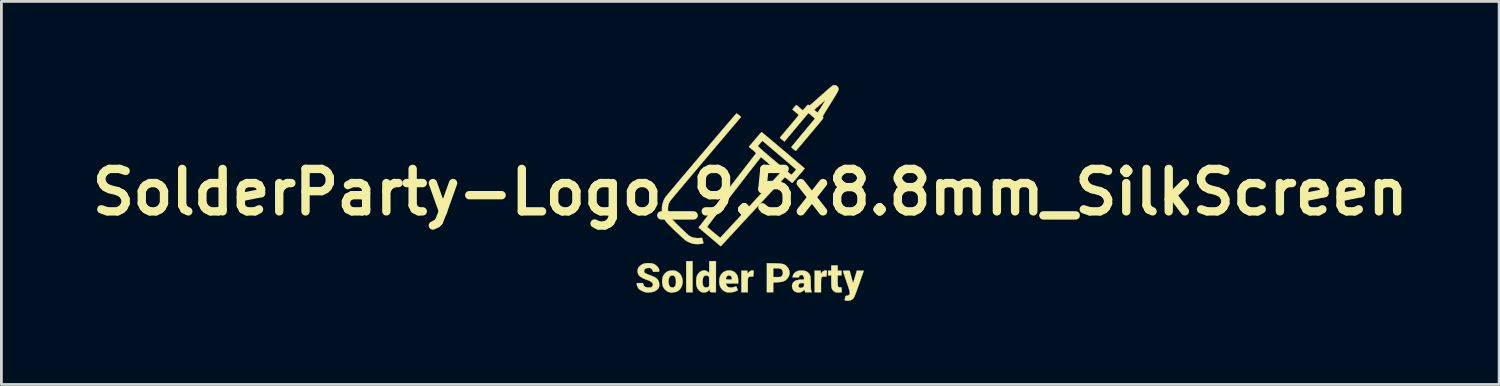
<source format=kicad_pcb>
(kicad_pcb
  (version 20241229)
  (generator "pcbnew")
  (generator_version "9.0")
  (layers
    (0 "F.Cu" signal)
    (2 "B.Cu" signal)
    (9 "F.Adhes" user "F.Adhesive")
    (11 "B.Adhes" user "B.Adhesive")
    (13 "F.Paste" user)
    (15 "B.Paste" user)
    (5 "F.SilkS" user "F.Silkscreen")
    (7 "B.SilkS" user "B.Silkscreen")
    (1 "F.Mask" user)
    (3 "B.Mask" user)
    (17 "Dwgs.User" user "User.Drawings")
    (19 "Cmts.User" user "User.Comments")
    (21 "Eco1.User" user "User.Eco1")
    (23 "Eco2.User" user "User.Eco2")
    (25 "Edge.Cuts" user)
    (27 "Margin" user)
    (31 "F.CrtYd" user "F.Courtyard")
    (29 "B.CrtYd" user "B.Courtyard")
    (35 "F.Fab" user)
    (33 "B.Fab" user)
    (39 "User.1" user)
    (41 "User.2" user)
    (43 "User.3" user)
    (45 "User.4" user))
  (footprint "SolderParty-Logo_9.5x8.8mm_SilkScreen"
    (layer "F.Cu")
    (at 23.883 3.848)
    (property "Reference" "SolderParty-Logo_9.5x8.8mm_SilkScreen" (at 0 0 0) (layer "F.SilkS") (effects (font (size 1.524 1.524) (thickness 0.3))))
    (attr through_hole)
    (fp_poly (pts (xy -2.07 3.594) (xy -2.299 3.594) (xy -2.299 2.477) (xy -2.07 2.477) (xy -2.07 3.594)) (stroke (width 0.01) (type solid)) (fill yes) (layer "F.SilkS"))
    (fp_poly (pts (xy 0.106 2.815) (xy 0.112 2.818) (xy 0.121 2.829) (xy 0.124 2.852) (xy 0.122 2.892) (xy 0.119 2.929) (xy 0.108 3.029) (xy 0.034 3.031) (xy -0.005 3.032) (xy -0.034 3.036) (xy -0.056 3.046) (xy -0.071 3.064) (xy -0.081 3.094) (xy -0.086 3.139) (xy -0.088 3.202) (xy -0.089 3.286) (xy -0.089 3.336) (xy -0.089 3.594) (xy -0.318 3.594) (xy -0.318 2.819) (xy -0.102 2.819) (xy -0.102 2.863) (xy -0.098 2.9) (xy -0.088 2.912) (xy -0.07 2.9) (xy -0.057 2.882) (xy -0.022 2.845) (xy 0.022 2.819) (xy 0.067 2.808) (xy 0.106 2.815)) (stroke (width 0.01) (type solid)) (fill yes) (layer "F.SilkS"))
    (fp_poly (pts (xy 2.727 2.81) (xy 2.743 2.822) (xy 2.751 2.846) (xy 2.75 2.888) (xy 2.747 2.928) (xy 2.737 3.029) (xy 2.663 3.031) (xy 2.624 3.032) (xy 2.595 3.036) (xy 2.573 3.046) (xy 2.558 3.064) (xy 2.548 3.094) (xy 2.543 3.139) (xy 2.541 3.202) (xy 2.54 3.286) (xy 2.54 3.336) (xy 2.54 3.594) (xy 2.311 3.594) (xy 2.311 2.819) (xy 2.527 2.819) (xy 2.527 2.863) (xy 2.531 2.9) (xy 2.541 2.912) (xy 2.558 2.901) (xy 2.569 2.884) (xy 2.599 2.851) (xy 2.641 2.824) (xy 2.685 2.808) (xy 2.701 2.807) (xy 2.727 2.81)) (stroke (width 0.01) (type solid)) (fill yes) (layer "F.SilkS"))
    (fp_poly (pts (xy 3.137 2.819) (xy 3.277 2.819) (xy 3.277 2.985) (xy 3.137 2.985) (xy 3.137 3.168) (xy 3.137 3.253) (xy 3.14 3.317) (xy 3.145 3.361) (xy 3.154 3.39) (xy 3.168 3.407) (xy 3.188 3.414) (xy 3.215 3.416) (xy 3.218 3.416) (xy 3.274 3.416) (xy 3.283 3.5) (xy 3.286 3.543) (xy 3.288 3.575) (xy 3.286 3.588) (xy 3.272 3.592) (xy 3.24 3.596) (xy 3.195 3.6) (xy 3.193 3.6) (xy 3.121 3.602) (xy 3.065 3.592) (xy 3.054 3.589) (xy 2.994 3.554) (xy 2.947 3.501) (xy 2.922 3.446) (xy 2.917 3.416) (xy 2.913 3.367) (xy 2.91 3.304) (xy 2.909 3.233) (xy 2.908 3.191) (xy 2.908 2.985) (xy 2.794 2.985) (xy 2.794 2.819) (xy 2.908 2.819) (xy 2.908 2.629) (xy 3.137 2.629) (xy 3.137 2.819)) (stroke (width 0.01) (type solid)) (fill yes) (layer "F.SilkS"))
    (fp_poly (pts (xy 0.86 2.555) (xy 0.969 2.558) (xy 1.056 2.563) (xy 1.125 2.571) (xy 1.18 2.582) (xy 1.224 2.599) (xy 1.262 2.62) (xy 1.295 2.649) (xy 1.324 2.679) (xy 1.377 2.755) (xy 1.406 2.835) (xy 1.411 2.918) (xy 1.393 3) (xy 1.351 3.076) (xy 1.315 3.119) (xy 1.27 3.159) (xy 1.224 3.188) (xy 1.171 3.209) (xy 1.105 3.223) (xy 1.022 3.232) (xy 0.975 3.235) (xy 0.826 3.242) (xy 0.826 3.594) (xy 0.597 3.594) (xy 0.597 3.048) (xy 0.826 3.048) (xy 0.96 3.048) (xy 1.02 3.048) (xy 1.061 3.046) (xy 1.087 3.042) (xy 1.106 3.033) (xy 1.122 3.02) (xy 1.129 3.013) (xy 1.161 2.965) (xy 1.174 2.908) (xy 1.169 2.85) (xy 1.146 2.797) (xy 1.114 2.764) (xy 1.092 2.751) (xy 1.063 2.742) (xy 1.022 2.737) (xy 0.962 2.733) (xy 0.952 2.733) (xy 0.826 2.728) (xy 0.826 3.048) (xy 0.597 3.048) (xy 0.597 2.55) (xy 0.86 2.555)) (stroke (width 0.01) (type solid)) (fill yes) (layer "F.SilkS"))
    (fp_poly (pts (xy -2.735 2.816) (xy -2.69 2.823) (xy -2.647 2.839) (xy -2.624 2.85) (xy -2.553 2.898) (xy -2.498 2.961) (xy -2.459 3.037) (xy -2.435 3.121) (xy -2.427 3.208) (xy -2.435 3.296) (xy -2.459 3.379) (xy -2.499 3.454) (xy -2.554 3.517) (xy -2.617 3.559) (xy -2.673 3.581) (xy -2.739 3.596) (xy -2.805 3.604) (xy -2.862 3.602) (xy -2.877 3.599) (xy -2.94 3.58) (xy -2.988 3.557) (xy -3.031 3.525) (xy -3.05 3.508) (xy -3.102 3.449) (xy -3.137 3.382) (xy -3.156 3.303) (xy -3.162 3.207) (xy -3.162 3.203) (xy -2.934 3.203) (xy -2.927 3.286) (xy -2.908 3.351) (xy -2.877 3.395) (xy -2.852 3.411) (xy -2.804 3.423) (xy -2.755 3.418) (xy -2.72 3.4) (xy -2.692 3.361) (xy -2.674 3.3) (xy -2.667 3.218) (xy -2.667 3.204) (xy -2.674 3.12) (xy -2.693 3.056) (xy -2.725 3.012) (xy -2.768 2.99) (xy -2.822 2.99) (xy -2.831 2.992) (xy -2.875 3.016) (xy -2.907 3.06) (xy -2.927 3.124) (xy -2.934 3.203) (xy -3.162 3.203) (xy -3.156 3.11) (xy -3.137 3.031) (xy -3.102 2.964) (xy -3.05 2.905) (xy -2.995 2.861) (xy -2.938 2.832) (xy -2.873 2.818) (xy -2.794 2.814) (xy -2.735 2.816)) (stroke (width 0.01) (type solid)) (fill yes) (layer "F.SilkS"))
    (fp_poly (pts (xy -0.657 2.823) (xy -0.582 2.858) (xy -0.527 2.902) (xy -0.48 2.961) (xy -0.45 3.031) (xy -0.435 3.116) (xy -0.432 3.184) (xy -0.432 3.277) (xy -0.878 3.277) (xy -0.869 3.305) (xy -0.841 3.364) (xy -0.796 3.404) (xy -0.736 3.423) (xy -0.661 3.423) (xy -0.612 3.414) (xy -0.566 3.402) (xy -0.547 3.396) (xy -0.519 3.385) (xy -0.503 3.381) (xy -0.502 3.381) (xy -0.496 3.394) (xy -0.484 3.423) (xy -0.473 3.451) (xy -0.446 3.518) (xy -0.474 3.536) (xy -0.536 3.565) (xy -0.614 3.587) (xy -0.699 3.599) (xy -0.781 3.601) (xy -0.851 3.591) (xy -0.853 3.59) (xy -0.94 3.553) (xy -1.011 3.498) (xy -1.064 3.426) (xy -1.099 3.339) (xy -1.115 3.24) (xy -1.113 3.158) (xy -1.106 3.116) (xy -0.876 3.116) (xy -0.865 3.129) (xy -0.835 3.135) (xy -0.785 3.137) (xy -0.768 3.137) (xy -0.66 3.137) (xy -0.66 3.095) (xy -0.67 3.047) (xy -0.696 3.012) (xy -0.733 2.992) (xy -0.774 2.988) (xy -0.814 3.001) (xy -0.847 3.033) (xy -0.858 3.054) (xy -0.872 3.092) (xy -0.876 3.116) (xy -1.106 3.116) (xy -1.104 3.101) (xy -1.09 3.045) (xy -1.078 3.009) (xy -1.033 2.935) (xy -0.973 2.878) (xy -0.901 2.837) (xy -0.821 2.814) (xy -0.739 2.809) (xy -0.657 2.823)) (stroke (width 0.01) (type solid)) (fill yes) (layer "F.SilkS"))
    (fp_poly (pts (xy -1.232 3.594) (xy -1.334 3.594) (xy -1.392 3.592) (xy -1.427 3.587) (xy -1.441 3.578) (xy -1.447 3.555) (xy -1.454 3.526) (xy -1.462 3.49) (xy -1.489 3.525) (xy -1.539 3.57) (xy -1.603 3.596) (xy -1.676 3.602) (xy -1.721 3.595) (xy -1.769 3.579) (xy -1.81 3.553) (xy -1.851 3.512) (xy -1.86 3.503) (xy -1.899 3.447) (xy -1.925 3.384) (xy -1.938 3.308) (xy -1.941 3.215) (xy -1.941 3.208) (xy -1.71 3.208) (xy -1.708 3.272) (xy -1.701 3.327) (xy -1.687 3.367) (xy -1.685 3.37) (xy -1.647 3.408) (xy -1.599 3.424) (xy -1.546 3.418) (xy -1.502 3.397) (xy -1.49 3.388) (xy -1.482 3.377) (xy -1.477 3.359) (xy -1.475 3.331) (xy -1.475 3.287) (xy -1.476 3.223) (xy -1.476 3.203) (xy -1.48 3.029) (xy -1.528 3.005) (xy -1.583 2.989) (xy -1.63 2.997) (xy -1.669 3.029) (xy -1.682 3.048) (xy -1.697 3.089) (xy -1.706 3.145) (xy -1.71 3.208) (xy -1.941 3.208) (xy -1.941 3.183) (xy -1.936 3.11) (xy -1.928 3.055) (xy -1.915 3.01) (xy -1.906 2.988) (xy -1.863 2.916) (xy -1.805 2.86) (xy -1.737 2.823) (xy -1.664 2.807) (xy -1.654 2.807) (xy -1.612 2.814) (xy -1.562 2.834) (xy -1.518 2.86) (xy -1.502 2.873) (xy -1.473 2.9) (xy -1.473 2.477) (xy -1.232 2.477) (xy -1.232 3.594)) (stroke (width 0.01) (type solid)) (fill yes) (layer "F.SilkS"))
    (fp_poly (pts (xy 3.586 2.886) (xy 3.597 2.925) (xy 3.612 2.981) (xy 3.629 3.046) (xy 3.646 3.108) (xy 3.662 3.166) (xy 3.676 3.214) (xy 3.686 3.246) (xy 3.692 3.259) (xy 3.692 3.259) (xy 3.697 3.246) (xy 3.708 3.213) (xy 3.723 3.165) (xy 3.741 3.108) (xy 3.759 3.045) (xy 3.778 2.982) (xy 3.795 2.923) (xy 3.809 2.873) (xy 3.811 2.867) (xy 3.824 2.819) (xy 4.075 2.819) (xy 4.04 2.918) (xy 4.026 2.955) (xy 4.006 3.013) (xy 3.98 3.086) (xy 3.951 3.171) (xy 3.919 3.264) (xy 3.885 3.36) (xy 3.88 3.376) (xy 3.846 3.472) (xy 3.813 3.562) (xy 3.783 3.642) (xy 3.756 3.709) (xy 3.735 3.759) (xy 3.72 3.789) (xy 3.719 3.791) (xy 3.667 3.848) (xy 3.601 3.883) (xy 3.523 3.897) (xy 3.504 3.897) (xy 3.461 3.896) (xy 3.425 3.892) (xy 3.412 3.89) (xy 3.397 3.881) (xy 3.393 3.862) (xy 3.396 3.837) (xy 3.406 3.783) (xy 3.414 3.749) (xy 3.422 3.73) (xy 3.433 3.723) (xy 3.451 3.721) (xy 3.46 3.721) (xy 3.501 3.713) (xy 3.535 3.695) (xy 3.552 3.68) (xy 3.565 3.664) (xy 3.572 3.644) (xy 3.574 3.617) (xy 3.57 3.582) (xy 3.559 3.535) (xy 3.542 3.473) (xy 3.517 3.395) (xy 3.484 3.298) (xy 3.455 3.213) (xy 3.424 3.12) (xy 3.395 3.035) (xy 3.37 2.961) (xy 3.35 2.901) (xy 3.336 2.857) (xy 3.328 2.833) (xy 3.327 2.829) (xy 3.339 2.825) (xy 3.371 2.822) (xy 3.417 2.82) (xy 3.447 2.819) (xy 3.567 2.819) (xy 3.586 2.886)) (stroke (width 0.01) (type solid)) (fill yes) (layer "F.SilkS"))
    (fp_poly (pts (xy 1.908 2.817) (xy 1.977 2.83) (xy 1.996 2.836) (xy 2.064 2.875) (xy 2.118 2.931) (xy 2.152 3) (xy 2.158 3.022) (xy 2.163 3.058) (xy 2.167 3.113) (xy 2.17 3.18) (xy 2.172 3.254) (xy 2.172 3.288) (xy 2.173 3.381) (xy 2.176 3.452) (xy 2.181 3.503) (xy 2.189 3.539) (xy 2.19 3.542) (xy 2.209 3.594) (xy 1.98 3.594) (xy 1.961 3.549) (xy 1.942 3.503) (xy 1.898 3.542) (xy 1.834 3.584) (xy 1.762 3.602) (xy 1.681 3.598) (xy 1.665 3.594) (xy 1.599 3.566) (xy 1.547 3.519) (xy 1.513 3.458) (xy 1.502 3.405) (xy 1.501 3.382) (xy 1.731 3.382) (xy 1.75 3.416) (xy 1.778 3.433) (xy 1.813 3.437) (xy 1.857 3.429) (xy 1.897 3.412) (xy 1.901 3.409) (xy 1.919 3.393) (xy 1.928 3.368) (xy 1.93 3.327) (xy 1.93 3.264) (xy 1.855 3.264) (xy 1.811 3.265) (xy 1.783 3.271) (xy 1.764 3.285) (xy 1.754 3.297) (xy 1.732 3.34) (xy 1.731 3.382) (xy 1.501 3.382) (xy 1.5 3.344) (xy 1.509 3.296) (xy 1.533 3.255) (xy 1.55 3.234) (xy 1.593 3.195) (xy 1.648 3.168) (xy 1.72 3.15) (xy 1.811 3.14) (xy 1.813 3.14) (xy 1.93 3.133) (xy 1.93 3.084) (xy 1.922 3.04) (xy 1.899 3.002) (xy 1.869 2.978) (xy 1.845 2.972) (xy 1.796 2.979) (xy 1.767 3) (xy 1.757 3.024) (xy 1.749 3.061) (xy 1.521 3.061) (xy 1.528 3.008) (xy 1.546 2.955) (xy 1.585 2.905) (xy 1.638 2.861) (xy 1.688 2.835) (xy 1.752 2.819) (xy 1.829 2.813) (xy 1.908 2.817)) (stroke (width 0.01) (type solid)) (fill yes) (layer "F.SilkS"))
    (fp_poly (pts (xy -3.558 2.553) (xy -3.481 2.57) (xy -3.42 2.6) (xy -3.363 2.643) (xy -3.315 2.694) (xy -3.284 2.746) (xy -3.278 2.762) (xy -3.267 2.806) (xy -3.264 2.834) (xy -3.274 2.849) (xy -3.3 2.856) (xy -3.346 2.857) (xy -3.376 2.857) (xy -3.489 2.857) (xy -3.501 2.816) (xy -3.522 2.778) (xy -3.556 2.745) (xy -3.588 2.728) (xy -3.62 2.72) (xy -3.664 2.72) (xy -3.673 2.721) (xy -3.737 2.733) (xy -3.782 2.76) (xy -3.807 2.798) (xy -3.81 2.846) (xy -3.802 2.876) (xy -3.784 2.896) (xy -3.747 2.92) (xy -3.695 2.945) (xy -3.633 2.969) (xy -3.607 2.978) (xy -3.539 3.004) (xy -3.47 3.035) (xy -3.408 3.068) (xy -3.359 3.101) (xy -3.338 3.12) (xy -3.296 3.18) (xy -3.271 3.252) (xy -3.263 3.329) (xy -3.274 3.401) (xy -3.277 3.412) (xy -3.306 3.461) (xy -3.353 3.509) (xy -3.409 3.549) (xy -3.452 3.569) (xy -3.521 3.588) (xy -3.601 3.599) (xy -3.683 3.601) (xy -3.754 3.595) (xy -3.759 3.594) (xy -3.821 3.575) (xy -3.885 3.547) (xy -3.944 3.514) (xy -3.991 3.479) (xy -4.008 3.46) (xy -4.04 3.408) (xy -4.064 3.351) (xy -4.076 3.3) (xy -4.076 3.292) (xy -4.075 3.279) (xy -4.068 3.27) (xy -4.05 3.266) (xy -4.016 3.264) (xy -3.965 3.264) (xy -3.854 3.264) (xy -3.835 3.317) (xy -3.811 3.365) (xy -3.779 3.398) (xy -3.732 3.416) (xy -3.667 3.422) (xy -3.649 3.423) (xy -3.599 3.422) (xy -3.568 3.418) (xy -3.547 3.41) (xy -3.53 3.394) (xy -3.523 3.387) (xy -3.496 3.341) (xy -3.493 3.297) (xy -3.516 3.254) (xy -3.563 3.214) (xy -3.634 3.176) (xy -3.721 3.143) (xy -3.789 3.118) (xy -3.856 3.087) (xy -3.918 3.052) (xy -3.966 3.019) (xy -3.995 2.991) (xy -4.016 2.954) (xy -4.035 2.907) (xy -4.04 2.888) (xy -4.047 2.815) (xy -4.033 2.749) (xy -3.995 2.687) (xy -3.963 2.653) (xy -3.901 2.603) (xy -3.832 2.57) (xy -3.752 2.552) (xy -3.658 2.547) (xy -3.558 2.553)) (stroke (width 0.01) (type solid)) (fill yes) (layer "F.SilkS"))
    (fp_poly (pts (xy -0.479 -2.818) (xy -0.451 -2.798) (xy -0.414 -2.77) (xy -0.406 -2.764) (xy -0.33 -2.702) (xy -0.385 -2.637) (xy -0.64 -2.336) (xy -0.879 -2.054) (xy -1.102 -1.79) (xy -1.31 -1.545) (xy -1.503 -1.316) (xy -1.682 -1.105) (xy -1.846 -0.911) (xy -1.997 -0.732) (xy -2.134 -0.57) (xy -2.259 -0.422) (xy -2.371 -0.29) (xy -2.47 -0.171) (xy -2.558 -0.067) (xy -2.635 0.025) (xy -2.7 0.103) (xy -2.755 0.169) (xy -2.8 0.223) (xy -2.835 0.265) (xy -2.86 0.297) (xy -2.877 0.317) (xy -2.884 0.327) (xy -2.928 0.42) (xy -2.952 0.523) (xy -2.955 0.631) (xy -2.938 0.739) (xy -2.901 0.843) (xy -2.868 0.904) (xy -2.85 0.927) (xy -2.817 0.964) (xy -2.77 1.013) (xy -2.713 1.071) (xy -2.648 1.136) (xy -2.579 1.204) (xy -2.507 1.274) (xy -2.436 1.342) (xy -2.368 1.406) (xy -2.307 1.464) (xy -2.255 1.511) (xy -2.214 1.547) (xy -2.192 1.565) (xy -2.108 1.611) (xy -2.008 1.639) (xy -1.896 1.649) (xy -1.848 1.648) (xy -1.731 1.641) (xy -1.704 1.737) (xy -1.692 1.783) (xy -1.684 1.818) (xy -1.681 1.836) (xy -1.681 1.838) (xy -1.694 1.842) (xy -1.725 1.849) (xy -1.752 1.854) (xy -1.822 1.863) (xy -1.903 1.865) (xy -1.982 1.862) (xy -2.038 1.854) (xy -2.132 1.827) (xy -2.228 1.786) (xy -2.307 1.741) (xy -2.334 1.721) (xy -2.376 1.686) (xy -2.431 1.637) (xy -2.496 1.578) (xy -2.568 1.511) (xy -2.645 1.439) (xy -2.706 1.381) (xy -2.802 1.288) (xy -2.882 1.21) (xy -2.947 1.144) (xy -2.998 1.087) (xy -3.039 1.038) (xy -3.071 0.993) (xy -3.096 0.95) (xy -3.115 0.906) (xy -3.131 0.859) (xy -3.146 0.807) (xy -3.15 0.792) (xy -3.171 0.665) (xy -3.169 0.534) (xy -3.147 0.406) (xy -3.105 0.286) (xy -3.048 0.184) (xy -3.034 0.166) (xy -3.005 0.131) (xy -2.962 0.079) (xy -2.907 0.012) (xy -2.839 -0.069) (xy -2.761 -0.162) (xy -2.674 -0.266) (xy -2.578 -0.38) (xy -2.474 -0.503) (xy -2.364 -0.633) (xy -2.249 -0.769) (xy -2.13 -0.91) (xy -2.007 -1.055) (xy -1.883 -1.202) (xy -1.757 -1.35) (xy -1.632 -1.497) (xy -1.508 -1.644) (xy -1.386 -1.787) (xy -1.267 -1.926) (xy -1.153 -2.06) (xy -1.045 -2.188) (xy -0.943 -2.307) (xy -0.849 -2.417) (xy -0.763 -2.517) (xy -0.688 -2.605) (xy -0.623 -2.68) (xy -0.57 -2.741) (xy -0.53 -2.787) (xy -0.505 -2.815) (xy -0.495 -2.826) (xy -0.495 -2.826) (xy -0.479 -2.818)) (stroke (width 0.01) (type solid)) (fill yes) (layer "F.SilkS"))
    (fp_poly (pts (xy 3.05 -3.842) (xy 3.101 -3.82) (xy 3.141 -3.782) (xy 3.166 -3.734) (xy 3.17 -3.679) (xy 3.165 -3.659) (xy 3.15 -3.627) (xy 3.125 -3.581) (xy 3.091 -3.52) (xy 3.044 -3.443) (xy 2.986 -3.348) (xy 2.915 -3.234) (xy 2.876 -3.171) (xy 2.807 -3.06) (xy 2.749 -2.968) (xy 2.703 -2.894) (xy 2.667 -2.835) (xy 2.641 -2.79) (xy 2.622 -2.757) (xy 2.611 -2.733) (xy 2.605 -2.716) (xy 2.605 -2.705) (xy 2.608 -2.698) (xy 2.613 -2.692) (xy 2.616 -2.69) (xy 2.621 -2.686) (xy 2.624 -2.68) (xy 2.624 -2.672) (xy 2.619 -2.66) (xy 2.609 -2.642) (xy 2.592 -2.618) (xy 2.567 -2.585) (xy 2.533 -2.542) (xy 2.489 -2.488) (xy 2.433 -2.421) (xy 2.365 -2.34) (xy 2.283 -2.243) (xy 2.186 -2.128) (xy 2.151 -2.087) (xy 2.063 -1.982) (xy 1.979 -1.883) (xy 1.901 -1.791) (xy 1.831 -1.708) (xy 1.77 -1.636) (xy 1.719 -1.576) (xy 1.681 -1.531) (xy 1.656 -1.502) (xy 1.646 -1.49) (xy 1.633 -1.487) (xy 1.61 -1.498) (xy 1.575 -1.524) (xy 1.553 -1.541) (xy 1.517 -1.572) (xy 1.489 -1.597) (xy 1.475 -1.612) (xy 1.474 -1.614) (xy 1.482 -1.624) (xy 1.504 -1.653) (xy 1.54 -1.697) (xy 1.588 -1.755) (xy 1.646 -1.826) (xy 1.712 -1.906) (xy 1.786 -1.996) (xy 1.866 -2.092) (xy 1.899 -2.131) (xy 2.325 -2.642) (xy 2.283 -2.678) (xy 2.217 -2.735) (xy 2.168 -2.778) (xy 2.132 -2.806) (xy 2.108 -2.824) (xy 2.092 -2.832) (xy 2.082 -2.832) (xy 2.076 -2.828) (xy 2.066 -2.815) (xy 2.041 -2.785) (xy 2.002 -2.739) (xy 1.952 -2.679) (xy 1.893 -2.608) (xy 1.824 -2.526) (xy 1.749 -2.437) (xy 1.669 -2.341) (xy 1.646 -2.314) (xy 1.228 -1.817) (xy 1.182 -1.854) (xy 1.132 -1.895) (xy 1.098 -1.923) (xy 1.078 -1.942) (xy 1.069 -1.954) (xy 1.07 -1.962) (xy 1.076 -1.971) (xy 1.08 -1.976) (xy 1.092 -1.99) (xy 1.119 -2.022) (xy 1.158 -2.069) (xy 1.208 -2.128) (xy 1.267 -2.198) (xy 1.333 -2.276) (xy 1.403 -2.359) (xy 1.419 -2.378) (xy 1.49 -2.462) (xy 1.555 -2.54) (xy 1.614 -2.61) (xy 1.663 -2.67) (xy 1.701 -2.717) (xy 1.728 -2.75) (xy 1.739 -2.766) (xy 1.74 -2.767) (xy 1.731 -2.779) (xy 1.706 -2.803) (xy 1.669 -2.836) (xy 1.626 -2.872) (xy 1.513 -2.968) (xy 1.576 -3.046) (xy 1.607 -3.083) (xy 1.633 -3.11) (xy 1.649 -3.124) (xy 1.651 -3.124) (xy 1.667 -3.117) (xy 1.694 -3.098) (xy 1.705 -3.089) (xy 1.736 -3.062) (xy 1.778 -3.027) (xy 1.817 -2.994) (xy 1.887 -2.935) (xy 1.904 -2.954) (xy 2.298 -2.954) (xy 2.352 -2.906) (xy 2.383 -2.88) (xy 2.406 -2.863) (xy 2.414 -2.858) (xy 2.423 -2.868) (xy 2.443 -2.897) (xy 2.473 -2.94) (xy 2.509 -2.996) (xy 2.55 -3.06) (xy 2.559 -3.074) (xy 2.6 -3.14) (xy 2.636 -3.198) (xy 2.664 -3.245) (xy 2.683 -3.279) (xy 2.691 -3.294) (xy 2.691 -3.295) (xy 2.68 -3.288) (xy 2.654 -3.267) (xy 2.614 -3.234) (xy 2.564 -3.191) (xy 2.507 -3.14) (xy 2.492 -3.127) (xy 2.298 -2.954) (xy 1.904 -2.954) (xy 1.98 -3.043) (xy 2.021 -3.089) (xy 2.049 -3.119) (xy 2.067 -3.135) (xy 2.08 -3.139) (xy 2.091 -3.134) (xy 2.097 -3.13) (xy 2.12 -3.116) (xy 2.136 -3.116) (xy 2.149 -3.125) (xy 2.179 -3.15) (xy 2.223 -3.188) (xy 2.28 -3.238) (xy 2.348 -3.298) (xy 2.425 -3.365) (xy 2.508 -3.439) (xy 2.553 -3.479) (xy 2.658 -3.572) (xy 2.746 -3.649) (xy 2.818 -3.712) (xy 2.876 -3.76) (xy 2.921 -3.797) (xy 2.955 -3.822) (xy 2.98 -3.837) (xy 2.995 -3.843) (xy 2.995 -3.843) (xy 3.05 -3.842)) (stroke (width 0.01) (type solid)) (fill yes) (layer "F.SilkS"))
    (fp_poly (pts (xy 0.416 -2.149) (xy 0.444 -2.126) (xy 0.489 -2.089) (xy 0.549 -2.04) (xy 0.622 -1.979) (xy 0.707 -1.908) (xy 0.802 -1.829) (xy 0.906 -1.741) (xy 1.017 -1.647) (xy 1.134 -1.549) (xy 1.144 -1.54) (xy 1.263 -1.44) (xy 1.376 -1.344) (xy 1.483 -1.253) (xy 1.582 -1.169) (xy 1.671 -1.093) (xy 1.749 -1.027) (xy 1.814 -0.972) (xy 1.865 -0.929) (xy 1.899 -0.9) (xy 1.916 -0.886) (xy 1.916 -0.886) (xy 1.957 -0.851) (xy 1.739 -0.594) (xy 1.681 -0.525) (xy 1.627 -0.463) (xy 1.581 -0.41) (xy 1.545 -0.369) (xy 1.52 -0.342) (xy 1.51 -0.332) (xy 1.497 -0.339) (xy 1.469 -0.358) (xy 1.429 -0.389) (xy 1.382 -0.427) (xy 1.377 -0.431) (xy 1.33 -0.47) (xy 1.29 -0.502) (xy 1.26 -0.524) (xy 1.245 -0.533) (xy 1.244 -0.533) (xy 1.234 -0.524) (xy 1.208 -0.498) (xy 1.167 -0.454) (xy 1.112 -0.396) (xy 1.043 -0.323) (xy 0.963 -0.237) (xy 0.871 -0.139) (xy 0.77 -0.03) (xy 0.659 0.089) (xy 0.54 0.216) (xy 0.415 0.351) (xy 0.284 0.493) (xy 0.148 0.64) (xy 0.126 0.664) (xy -0.012 0.812) (xy -0.145 0.956) (xy -0.273 1.094) (xy -0.394 1.225) (xy -0.508 1.348) (xy -0.613 1.462) (xy -0.709 1.565) (xy -0.794 1.657) (xy -0.867 1.736) (xy -0.927 1.801) (xy -0.973 1.85) (xy -1.005 1.884) (xy -1.02 1.9) (xy -1.021 1.901) (xy -1.06 1.942) (xy -1.422 1.636) (xy -1.506 1.566) (xy -1.584 1.499) (xy -1.656 1.439) (xy -1.717 1.387) (xy -1.767 1.346) (xy -1.801 1.316) (xy -1.819 1.301) (xy -1.819 1.301) (xy -1.854 1.271) (xy -1.834 1.245) (xy -1.547 1.245) (xy -1.536 1.257) (xy -1.509 1.282) (xy -1.469 1.317) (xy -1.42 1.359) (xy -1.365 1.406) (xy -1.306 1.455) (xy -1.248 1.503) (xy -1.194 1.548) (xy -1.146 1.586) (xy -1.109 1.615) (xy -1.085 1.632) (xy -1.078 1.636) (xy -1.069 1.626) (xy -1.043 1.599) (xy -1.002 1.555) (xy -0.947 1.496) (xy -0.879 1.424) (xy -0.799 1.338) (xy -0.708 1.24) (xy -0.608 1.132) (xy -0.499 1.014) (xy -0.382 0.888) (xy -0.259 0.754) (xy -0.13 0.615) (xy -0.031 0.508) (xy 0.102 0.364) (xy 0.23 0.225) (xy 0.353 0.092) (xy 0.469 -0.034) (xy 0.578 -0.152) (xy 0.678 -0.26) (xy 0.767 -0.357) (xy 0.846 -0.442) (xy 0.913 -0.515) (xy 0.967 -0.573) (xy 1.006 -0.615) (xy 1.03 -0.641) (xy 1.037 -0.649) (xy 1.068 -0.682) (xy 0.728 -0.97) (xy 0.389 -1.258) (xy 0.361 -1.229) (xy 0.347 -1.212) (xy 0.319 -1.178) (xy 0.278 -1.126) (xy 0.226 -1.059) (xy 0.163 -0.979) (xy 0.091 -0.887) (xy 0.011 -0.783) (xy -0.077 -0.671) (xy -0.17 -0.551) (xy -0.268 -0.424) (xy -0.369 -0.293) (xy -0.473 -0.159) (xy -0.579 -0.022) (xy -0.684 0.114) (xy -0.788 0.25) (xy -0.891 0.383) (xy -0.989 0.511) (xy -1.084 0.634) (xy -1.173 0.75) (xy -1.255 0.858) (xy -1.33 0.955) (xy -1.395 1.041) (xy -1.45 1.113) (xy -1.494 1.172) (xy -1.525 1.214) (xy -1.543 1.239) (xy -1.547 1.245) (xy -1.834 1.245) (xy -0.83 -0.053) (xy -0.705 -0.215) (xy -0.584 -0.371) (xy -0.469 -0.521) (xy -0.359 -0.663) (xy -0.256 -0.795) (xy -0.162 -0.918) (xy -0.076 -1.029) (xy 0.001 -1.128) (xy 0.066 -1.213) (xy 0.12 -1.283) (xy 0.162 -1.337) (xy 0.19 -1.373) (xy 0.204 -1.391) (xy 0.205 -1.393) (xy 0.202 -1.406) (xy 0.18 -1.433) (xy 0.137 -1.472) (xy 0.083 -1.518) (xy -0.05 -1.629) (xy -0.022 -1.662) (xy 0.279 -1.662) (xy 0.279 -1.655) (xy 0.286 -1.643) (xy 0.301 -1.626) (xy 0.325 -1.601) (xy 0.36 -1.569) (xy 0.407 -1.526) (xy 0.468 -1.474) (xy 0.543 -1.409) (xy 0.634 -1.331) (xy 0.742 -1.239) (xy 0.829 -1.166) (xy 0.933 -1.078) (xy 1.032 -0.994) (xy 1.125 -0.916) (xy 1.209 -0.845) (xy 1.283 -0.783) (xy 1.344 -0.731) (xy 1.391 -0.692) (xy 1.423 -0.666) (xy 1.434 -0.656) (xy 1.478 -0.62) (xy 1.564 -0.713) (xy 1.6 -0.753) (xy 1.628 -0.786) (xy 1.644 -0.808) (xy 1.647 -0.814) (xy 1.637 -0.824) (xy 1.61 -0.848) (xy 1.566 -0.886) (xy 1.508 -0.936) (xy 1.437 -0.997) (xy 1.355 -1.067) (xy 1.263 -1.145) (xy 1.164 -1.229) (xy 1.059 -1.319) (xy 1.041 -1.333) (xy 0.438 -1.844) (xy 0.365 -1.764) (xy 0.33 -1.724) (xy 0.3 -1.69) (xy 0.282 -1.666) (xy 0.279 -1.662) (xy -0.022 -1.662) (xy 0.049 -1.745) (xy 0.096 -1.8) (xy 0.152 -1.866) (xy 0.212 -1.936) (xy 0.267 -2.001) (xy 0.272 -2.007) (xy 0.316 -2.058) (xy 0.354 -2.102) (xy 0.383 -2.134) (xy 0.401 -2.153) (xy 0.405 -2.156) (xy 0.416 -2.149)) (stroke (width 0.01) (type solid)) (fill yes) (layer "F.SilkS")))
  (gr_rect
    (start -3 -3)
    (end 50.767 10.751)
    (stroke (width 0.1) (type default))
    (fill no)
    (layer "Edge.Cuts")))
</source>
